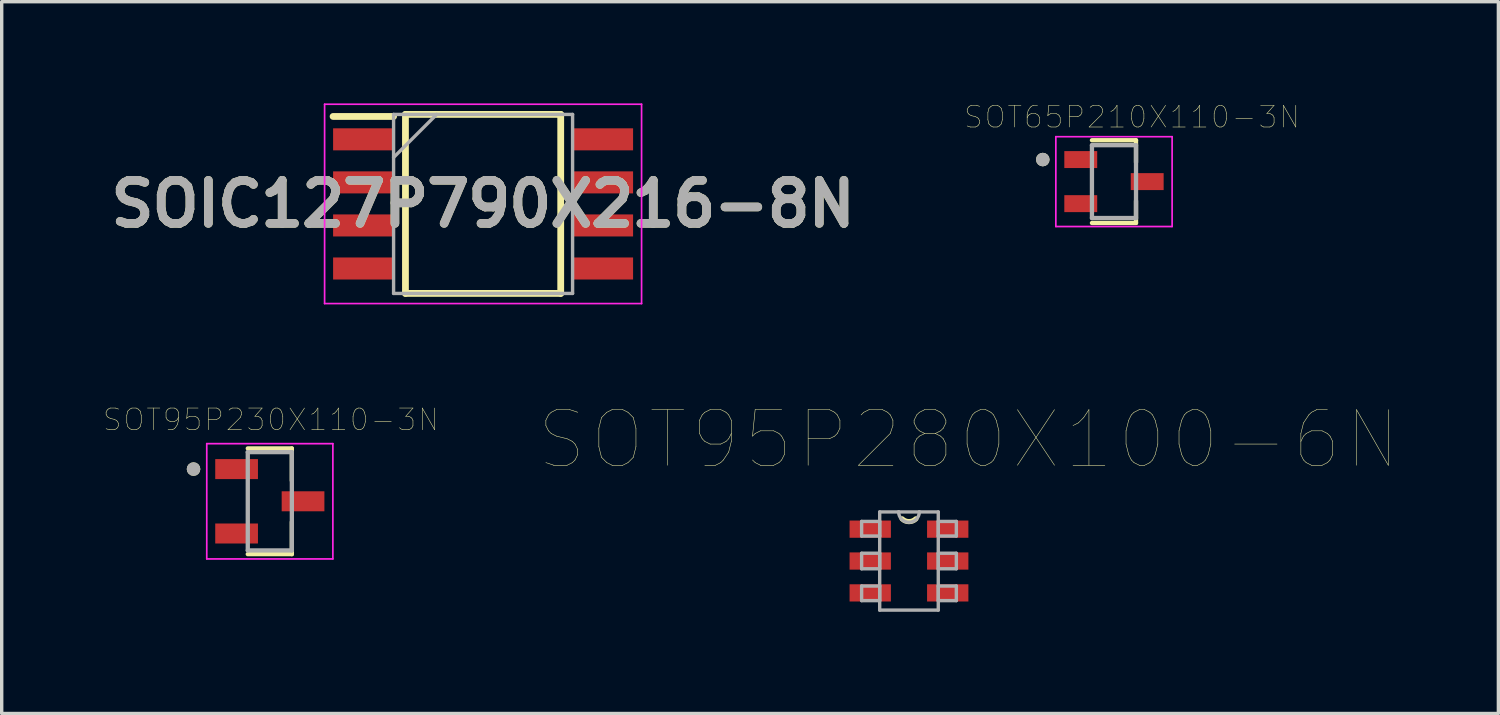
<source format=kicad_pcb>
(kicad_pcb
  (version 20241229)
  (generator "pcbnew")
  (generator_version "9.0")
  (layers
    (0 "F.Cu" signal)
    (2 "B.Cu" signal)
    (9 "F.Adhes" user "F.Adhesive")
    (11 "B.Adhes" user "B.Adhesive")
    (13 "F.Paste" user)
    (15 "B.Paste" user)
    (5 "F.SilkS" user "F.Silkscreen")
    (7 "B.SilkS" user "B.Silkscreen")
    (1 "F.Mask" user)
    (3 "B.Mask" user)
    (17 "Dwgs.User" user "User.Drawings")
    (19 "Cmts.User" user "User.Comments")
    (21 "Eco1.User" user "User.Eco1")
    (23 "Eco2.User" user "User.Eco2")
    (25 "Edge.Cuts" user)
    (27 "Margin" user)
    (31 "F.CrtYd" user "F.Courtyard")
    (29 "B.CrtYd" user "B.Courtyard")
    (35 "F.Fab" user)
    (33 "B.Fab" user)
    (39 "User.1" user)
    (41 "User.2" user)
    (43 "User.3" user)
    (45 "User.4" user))
  (footprint "SOT65P210X110-3N"
    (layer "F.Cu")
    (at 29.81 2.307)
    (property "Reference" "SOT65P210X110-3N" (at 0.532 -1.906 0) (layer "F.SilkS") (effects (font (size 0.64 0.64) (thickness 0.015))))
    (attr through_hole)
    (fp_line (start -0.65 -1.22) (end 0.65 -1.22) (stroke (width 0.127) (type solid)) (layer "F.SilkS"))
    (fp_line (start -0.65 1.22) (end 0.65 1.22) (stroke (width 0.127) (type solid)) (layer "F.SilkS"))
    (fp_line (start 0.65 -1.22) (end 0.65 -0.57) (stroke (width 0.127) (type solid)) (layer "F.SilkS"))
    (fp_line (start 0.65 1.22) (end 0.65 0.57) (stroke (width 0.127) (type solid)) (layer "F.SilkS"))
    (fp_circle (center -2.1 -0.65) (end -2 -0.65) (stroke (width 0.2) (type solid)) (fill no) (layer "F.SilkS"))
    (fp_line (start -1.715 -1.325) (end 1.715 -1.325) (stroke (width 0.05) (type solid)) (layer "F.CrtYd"))
    (fp_line (start -1.715 1.325) (end -1.715 -1.325) (stroke (width 0.05) (type solid)) (layer "F.CrtYd"))
    (fp_line (start 1.715 1.325) (end -1.715 1.325) (stroke (width 0.05) (type solid)) (layer "F.CrtYd"))
    (fp_line (start 1.715 1.325) (end 1.715 -1.325) (stroke (width 0.05) (type solid)) (layer "F.CrtYd"))
    (fp_line (start -0.65 -1.075) (end 0.65 -1.075) (stroke (width 0.127) (type solid)) (layer "F.Fab"))
    (fp_line (start -0.65 1.075) (end -0.65 -1.075) (stroke (width 0.127) (type solid)) (layer "F.Fab"))
    (fp_line (start 0.65 -1.075) (end 0.65 1.075) (stroke (width 0.127) (type solid)) (layer "F.Fab"))
    (fp_line (start 0.65 1.075) (end -0.65 1.075) (stroke (width 0.127) (type solid)) (layer "F.Fab"))
    (fp_circle (center -2.1 -0.65) (end -2 -0.65) (stroke (width 0.2) (type solid)) (fill no) (layer "F.Fab"))
    (pad "1" smd rect (at -0.98 -0.65) (size 0.97 0.5) (layers "F.Cu" "F.Mask" "F.Paste"))
    (pad "2" smd rect (at -0.98 0.65) (size 0.97 0.5) (layers "F.Cu" "F.Mask" "F.Paste"))
    (pad "3" smd rect (at 0.98 0) (size 0.97 0.5) (layers "F.Cu" "F.Mask" "F.Paste")))
  (footprint "SOT95P280X100-6N"
    (layer "F.Cu")
    (at 23.763 13.499)
    (property "Reference" "SOT95P280X100-6N" (at 1.753 -3.583 0) (layer "F.SilkS") (effects (font (size 1.641 1.641) (thickness 0.015))))
    (attr through_hole)
    (fp_arc (start 0.2032 -1.2446) (mid 0 -1.162502) (end -0.2032 -1.2446) (stroke (width 0.1524) (type solid)) (layer "F.SilkS"))
    (fp_line (start -1.397 -1.168) (end -1.397 -0.737) (stroke (width 0.1) (type solid)) (layer "F.Fab"))
    (fp_line (start -1.397 -0.737) (end -0.864 -0.737) (stroke (width 0.1) (type solid)) (layer "F.Fab"))
    (fp_line (start -1.397 -0.229) (end -1.397 0.229) (stroke (width 0.1) (type solid)) (layer "F.Fab"))
    (fp_line (start -1.397 0.229) (end -0.864 0.229) (stroke (width 0.1) (type solid)) (layer "F.Fab"))
    (fp_line (start -1.397 0.737) (end -1.397 1.168) (stroke (width 0.1) (type solid)) (layer "F.Fab"))
    (fp_line (start -1.397 1.168) (end -0.864 1.168) (stroke (width 0.1) (type solid)) (layer "F.Fab"))
    (fp_line (start -0.864 -1.448) (end -0.864 1.448) (stroke (width 0.1) (type solid)) (layer "F.Fab"))
    (fp_line (start -0.864 -1.168) (end -1.397 -1.168) (stroke (width 0.1) (type solid)) (layer "F.Fab"))
    (fp_line (start -0.864 -0.737) (end -0.864 -1.168) (stroke (width 0.1) (type solid)) (layer "F.Fab"))
    (fp_line (start -0.864 -0.229) (end -1.397 -0.229) (stroke (width 0.1) (type solid)) (layer "F.Fab"))
    (fp_line (start -0.864 0.229) (end -0.864 -0.229) (stroke (width 0.1) (type solid)) (layer "F.Fab"))
    (fp_line (start -0.864 0.737) (end -1.397 0.737) (stroke (width 0.1) (type solid)) (layer "F.Fab"))
    (fp_line (start -0.864 1.168) (end -0.864 0.737) (stroke (width 0.1) (type solid)) (layer "F.Fab"))
    (fp_line (start -0.864 1.448) (end 0.864 1.448) (stroke (width 0.1) (type solid)) (layer "F.Fab"))
    (fp_line (start -0.305 -1.448) (end -0.864 -1.448) (stroke (width 0.1) (type solid)) (layer "F.Fab"))
    (fp_line (start 0.305 -1.448) (end -0.305 -1.448) (stroke (width 0.1) (type solid)) (layer "F.Fab"))
    (fp_line (start 0.864 -1.448) (end 0.305 -1.448) (stroke (width 0.1) (type solid)) (layer "F.Fab"))
    (fp_line (start 0.864 -1.168) (end 0.864 -0.737) (stroke (width 0.1) (type solid)) (layer "F.Fab"))
    (fp_line (start 0.864 -0.737) (end 1.397 -0.737) (stroke (width 0.1) (type solid)) (layer "F.Fab"))
    (fp_line (start 0.864 -0.229) (end 0.864 0.229) (stroke (width 0.1) (type solid)) (layer "F.Fab"))
    (fp_line (start 0.864 0.229) (end 1.397 0.229) (stroke (width 0.1) (type solid)) (layer "F.Fab"))
    (fp_line (start 0.864 0.737) (end 0.864 1.168) (stroke (width 0.1) (type solid)) (layer "F.Fab"))
    (fp_line (start 0.864 1.168) (end 1.397 1.168) (stroke (width 0.1) (type solid)) (layer "F.Fab"))
    (fp_line (start 0.864 1.448) (end 0.864 -1.448) (stroke (width 0.1) (type solid)) (layer "F.Fab"))
    (fp_line (start 1.397 -1.168) (end 0.864 -1.168) (stroke (width 0.1) (type solid)) (layer "F.Fab"))
    (fp_line (start 1.397 -0.737) (end 1.397 -1.168) (stroke (width 0.1) (type solid)) (layer "F.Fab"))
    (fp_line (start 1.397 -0.229) (end 0.864 -0.229) (stroke (width 0.1) (type solid)) (layer "F.Fab"))
    (fp_line (start 1.397 0.229) (end 1.397 -0.229) (stroke (width 0.1) (type solid)) (layer "F.Fab"))
    (fp_line (start 1.397 0.737) (end 0.864 0.737) (stroke (width 0.1) (type solid)) (layer "F.Fab"))
    (fp_line (start 1.397 1.168) (end 1.397 0.737) (stroke (width 0.1) (type solid)) (layer "F.Fab"))
    (fp_arc (start 0.3048 -1.4478) (mid 0 -1.143) (end -0.3048 -1.4478) (stroke (width 0.1) (type solid)) (layer "F.Fab"))
    (pad "1" smd rect (at -1.143 -0.94) (size 1.219 0.508) (layers "F.Cu" "F.Mask" "F.Paste"))
    (pad "2" smd rect (at -1.143 0) (size 1.219 0.508) (layers "F.Cu" "F.Mask" "F.Paste"))
    (pad "3" smd rect (at -1.143 0.94) (size 1.219 0.508) (layers "F.Cu" "F.Mask" "F.Paste"))
    (pad "4" smd rect (at 1.143 0.94) (size 1.219 0.508) (layers "F.Cu" "F.Mask" "F.Paste"))
    (pad "5" smd rect (at 1.143 0) (size 1.219 0.508) (layers "F.Cu" "F.Mask" "F.Paste"))
    (pad "6" smd rect (at 1.143 -0.94) (size 1.219 0.508) (layers "F.Cu" "F.Mask" "F.Paste")))
  (footprint "SOIC127P790X216-8N"
    (layer "F.Cu")
    (at 11.2 2.965)
    (property "Reference" "SOIC127P790X216-8N" (at 0 0 0) (layer "F.SilkS") (effects (font (size 1.27 1.27) (thickness 0.254))))
    (attr smd)
    (fp_line (start -4.425 -2.58) (end -2.64 -2.58) (stroke (width 0.2) (type solid)) (layer "F.SilkS"))
    (fp_line (start -2.29 -2.64) (end 2.29 -2.64) (stroke (width 0.2) (type solid)) (layer "F.SilkS"))
    (fp_line (start -2.29 2.64) (end -2.29 -2.64) (stroke (width 0.2) (type solid)) (layer "F.SilkS"))
    (fp_line (start 2.29 -2.64) (end 2.29 2.64) (stroke (width 0.2) (type solid)) (layer "F.SilkS"))
    (fp_line (start 2.29 2.64) (end -2.29 2.64) (stroke (width 0.2) (type solid)) (layer "F.SilkS"))
    (fp_line (start -4.675 -2.94) (end 4.675 -2.94) (stroke (width 0.05) (type solid)) (layer "F.CrtYd"))
    (fp_line (start -4.675 2.94) (end -4.675 -2.94) (stroke (width 0.05) (type solid)) (layer "F.CrtYd"))
    (fp_line (start 4.675 -2.94) (end 4.675 2.94) (stroke (width 0.05) (type solid)) (layer "F.CrtYd"))
    (fp_line (start 4.675 2.94) (end -4.675 2.94) (stroke (width 0.05) (type solid)) (layer "F.CrtYd"))
    (fp_line (start -2.64 -2.64) (end 2.64 -2.64) (stroke (width 0.1) (type solid)) (layer "F.Fab"))
    (fp_line (start -2.64 -1.37) (end -1.37 -2.64) (stroke (width 0.1) (type solid)) (layer "F.Fab"))
    (fp_line (start -2.64 2.64) (end -2.64 -2.64) (stroke (width 0.1) (type solid)) (layer "F.Fab"))
    (fp_line (start 2.64 -2.64) (end 2.64 2.64) (stroke (width 0.1) (type solid)) (layer "F.Fab"))
    (fp_line (start 2.64 2.64) (end -2.64 2.64) (stroke (width 0.1) (type solid)) (layer "F.Fab"))
    (fp_text user "${REFERENCE}" (at 0 0 0) (layer "F.Fab") (effects (font (size 1.27 1.27) (thickness 0.254))))
    (pad "1" smd rect (at -3.532 -1.905 90) (size 0.65 1.785) (layers "F.Cu" "F.Mask" "F.Paste"))
    (pad "2" smd rect (at -3.532 -0.635 90) (size 0.65 1.785) (layers "F.Cu" "F.Mask" "F.Paste"))
    (pad "3" smd rect (at -3.532 0.635 90) (size 0.65 1.785) (layers "F.Cu" "F.Mask" "F.Paste"))
    (pad "4" smd rect (at -3.532 1.905 90) (size 0.65 1.785) (layers "F.Cu" "F.Mask" "F.Paste"))
    (pad "5" smd rect (at 3.532 1.905 90) (size 0.65 1.785) (layers "F.Cu" "F.Mask" "F.Paste"))
    (pad "6" smd rect (at 3.532 0.635 90) (size 0.65 1.785) (layers "F.Cu" "F.Mask" "F.Paste"))
    (pad "7" smd rect (at 3.532 -0.635 90) (size 0.65 1.785) (layers "F.Cu" "F.Mask" "F.Paste"))
    (pad "8" smd rect (at 3.532 -1.905 90) (size 0.65 1.785) (layers "F.Cu" "F.Mask" "F.Paste")))
  (footprint "SOT95P230X110-3N"
    (layer "F.Cu")
    (at 4.909 11.737)
    (property "Reference" "SOT95P230X110-3N" (at 0.032 -2.406 0) (layer "F.SilkS") (effects (font (size 0.64 0.64) (thickness 0.015))))
    (attr through_hole)
    (fp_line (start 0.65 -1.559) (end -0.65 -1.559) (stroke (width 0.127) (type solid)) (layer "F.SilkS"))
    (fp_line (start 0.65 -1.559) (end 0.65 -0.61) (stroke (width 0.127) (type solid)) (layer "F.SilkS"))
    (fp_line (start 0.65 1.559) (end -0.65 1.559) (stroke (width 0.127) (type solid)) (layer "F.SilkS"))
    (fp_line (start 0.65 1.559) (end 0.65 0.61) (stroke (width 0.127) (type solid)) (layer "F.SilkS"))
    (fp_circle (center -2.25 -0.95) (end -2.15 -0.95) (stroke (width 0.2) (type solid)) (fill no) (layer "F.SilkS"))
    (fp_line (start -1.86 -1.7) (end 1.86 -1.7) (stroke (width 0.05) (type solid)) (layer "F.CrtYd"))
    (fp_line (start -1.86 1.7) (end -1.86 -1.7) (stroke (width 0.05) (type solid)) (layer "F.CrtYd"))
    (fp_line (start 1.86 -1.7) (end 1.86 1.7) (stroke (width 0.05) (type solid)) (layer "F.CrtYd"))
    (fp_line (start 1.86 1.7) (end -1.86 1.7) (stroke (width 0.05) (type solid)) (layer "F.CrtYd"))
    (fp_line (start -0.65 -1.45) (end 0.65 -1.45) (stroke (width 0.127) (type solid)) (layer "F.Fab"))
    (fp_line (start -0.65 1.45) (end -0.65 -1.45) (stroke (width 0.127) (type solid)) (layer "F.Fab"))
    (fp_line (start 0.65 -1.45) (end 0.65 1.45) (stroke (width 0.127) (type solid)) (layer "F.Fab"))
    (fp_line (start 0.65 1.45) (end -0.65 1.45) (stroke (width 0.127) (type solid)) (layer "F.Fab"))
    (fp_circle (center -2.25 -0.95) (end -2.15 -0.95) (stroke (width 0.2) (type solid)) (fill no) (layer "F.Fab"))
    (pad "1" smd rect (at -0.98 -0.95) (size 1.26 0.59) (layers "F.Cu" "F.Mask" "F.Paste"))
    (pad "2" smd rect (at -0.98 0.95) (size 1.26 0.59) (layers "F.Cu" "F.Mask" "F.Paste"))
    (pad "3" smd rect (at 0.98 0) (size 1.26 0.59) (layers "F.Cu" "F.Mask" "F.Paste")))
  (gr_rect
    (start -3 -3)
    (end 41.149 17.997)
    (stroke (width 0.1) (type default))
    (fill no)
    (layer "Edge.Cuts")))
</source>
